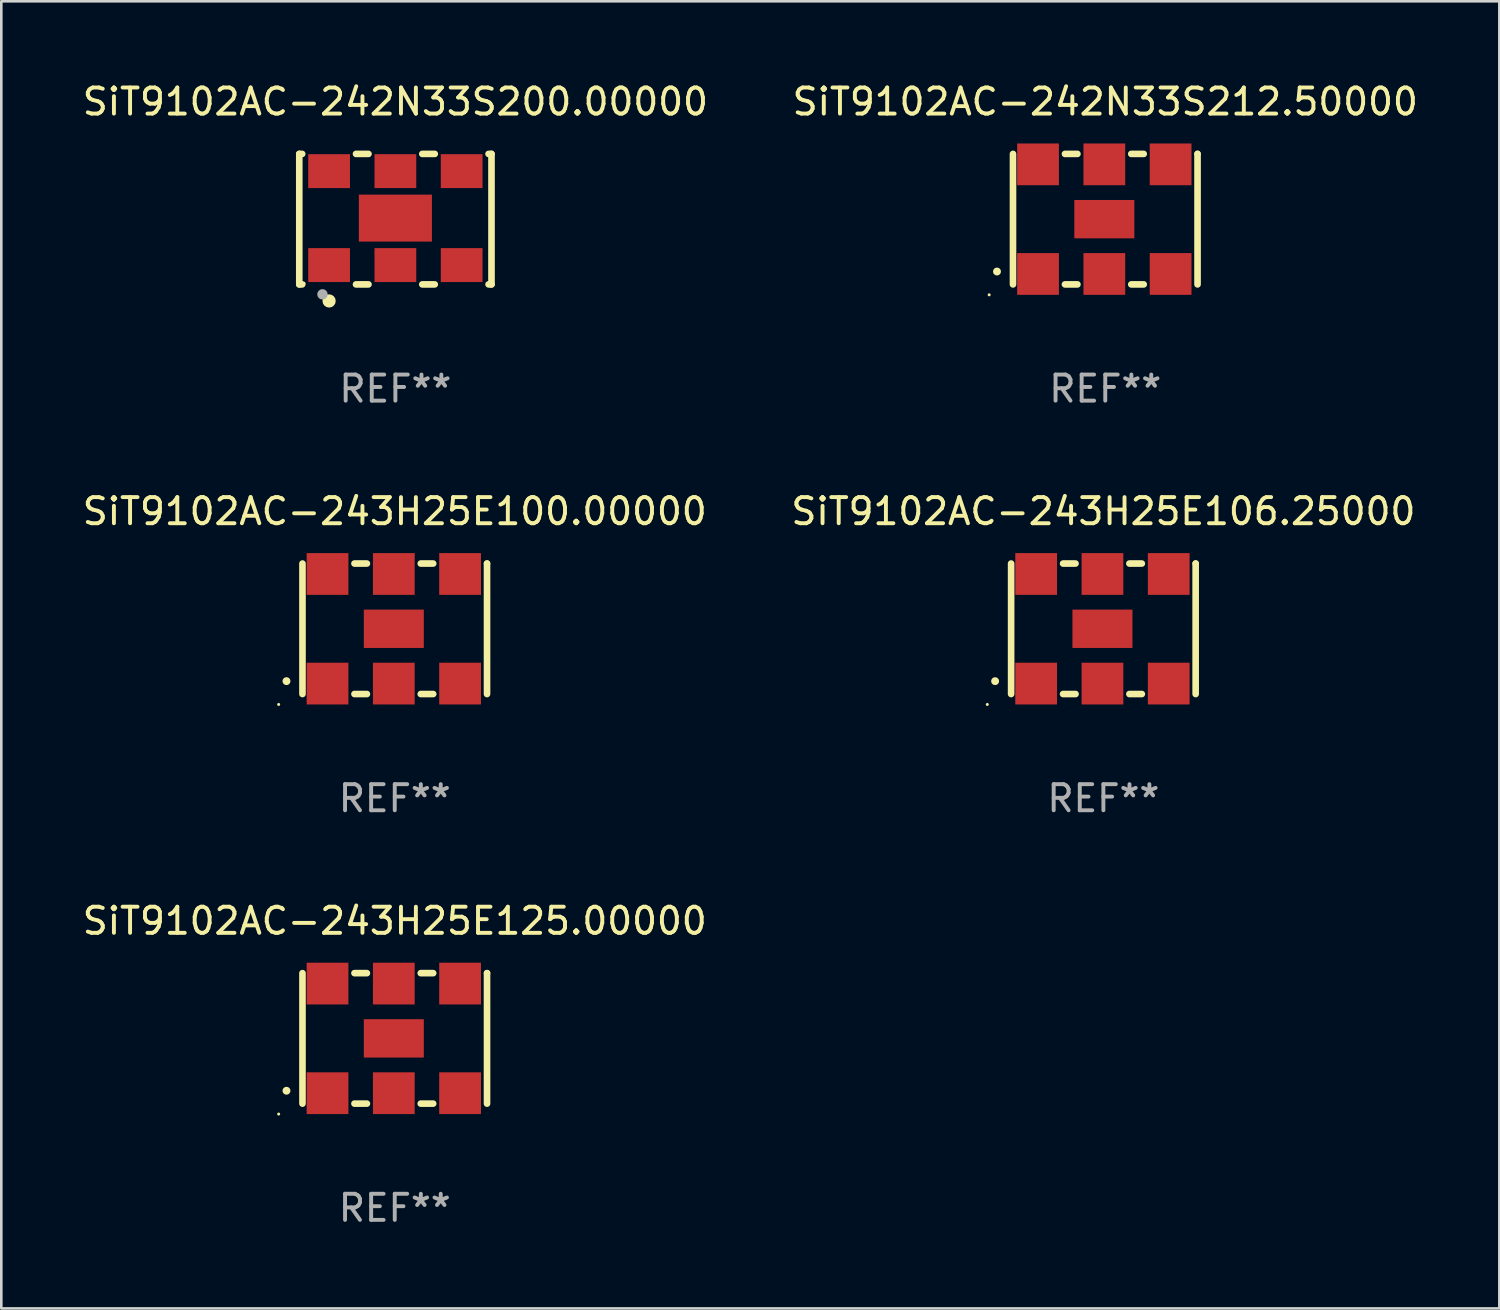
<source format=kicad_pcb>
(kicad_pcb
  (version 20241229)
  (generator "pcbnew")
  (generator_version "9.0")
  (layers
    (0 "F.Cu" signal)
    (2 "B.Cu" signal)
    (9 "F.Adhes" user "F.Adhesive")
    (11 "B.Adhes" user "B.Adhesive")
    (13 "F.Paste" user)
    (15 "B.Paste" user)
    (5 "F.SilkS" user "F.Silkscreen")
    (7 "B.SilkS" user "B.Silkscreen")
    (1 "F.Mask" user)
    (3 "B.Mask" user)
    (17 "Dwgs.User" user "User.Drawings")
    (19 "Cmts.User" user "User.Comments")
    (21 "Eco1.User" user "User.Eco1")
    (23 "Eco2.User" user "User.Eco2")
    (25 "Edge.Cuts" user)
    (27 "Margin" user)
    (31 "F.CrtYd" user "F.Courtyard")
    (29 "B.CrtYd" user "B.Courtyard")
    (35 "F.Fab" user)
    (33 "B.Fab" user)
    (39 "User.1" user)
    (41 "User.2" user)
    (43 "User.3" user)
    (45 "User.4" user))
  (footprint "SiT9102AC-243H25E106.25000"
    (layer "F.Cu")
    (at 39.232 21.045)
    (property "Reference" "SiT9102AC-243H25E106.25000" (at 0 -4.5 0) (layer "F.SilkS") (effects (font (size 1 1) (thickness 0.15))))
    (attr through_hole)
    (fp_line (start -3.536 -2.5) (end -3.536 2.5) (stroke (width 0.254) (type solid)) (layer "F.SilkS"))
    (fp_line (start -1.544 2.5) (end -1.067 2.5) (stroke (width 0.254) (type solid)) (layer "F.SilkS"))
    (fp_line (start -1.067 -2.5) (end -1.544 -2.5) (stroke (width 0.254) (type solid)) (layer "F.SilkS"))
    (fp_line (start 0.996 2.5) (end 1.473 2.5) (stroke (width 0.254) (type solid)) (layer "F.SilkS"))
    (fp_line (start 1.473 -2.5) (end 0.996 -2.5) (stroke (width 0.254) (type solid)) (layer "F.SilkS"))
    (fp_line (start 3.536 -2.5) (end 3.536 -2.5) (stroke (width 0.254) (type solid)) (layer "F.SilkS"))
    (fp_line (start 3.536 2.5) (end 3.536 -2.5) (stroke (width 0.254) (type solid)) (layer "F.SilkS"))
    (fp_arc (start -4.150432 2.006604) (mid -4.149162 2.006599) (end -4.147892 2.006604) (stroke (width 0.3) (type solid)) (layer "F.SilkS"))
    (fp_circle (center -4.449 2.9) (end -4.419 2.9) (stroke (width 0.06) (type solid)) (fill no) (layer "F.SilkS"))
    (fp_text user "REF**" (at 0 6.5 0) (layer "F.Fab") (effects (font (size 1 1) (thickness 0.15))))
    (pad "1" smd rect (at -2.576 2.1) (size 1.6 1.6) (layers "F.Cu" "F.Mask" "F.Paste"))
    (pad "2" smd rect (at -0.036 2.1) (size 1.6 1.6) (layers "F.Cu" "F.Mask" "F.Paste"))
    (pad "3" smd rect (at 2.504 2.1) (size 1.6 1.6) (layers "F.Cu" "F.Mask" "F.Paste"))
    (pad "4" smd rect (at 2.504 -2.1) (size 1.6 1.6) (layers "F.Cu" "F.Mask" "F.Paste"))
    (pad "5" smd rect (at -0.036 -2.1) (size 1.6 1.6) (layers "F.Cu" "F.Mask" "F.Paste"))
    (pad "6" smd rect (at -2.576 -2.1) (size 1.6 1.6) (layers "F.Cu" "F.Mask" "F.Paste"))
    (pad "7" smd rect (at -0.036 0) (size 2.3 1.47) (layers "F.Cu" "F.Mask" "F.Paste")))
  (footprint "SiT9102AC-243H25E100.00000"
    (layer "F.Cu")
    (at 12.077 21.045)
    (property "Reference" "SiT9102AC-243H25E100.00000" (at 0 -4.5 0) (layer "F.SilkS") (effects (font (size 1 1) (thickness 0.15))))
    (attr through_hole)
    (fp_line (start -3.536 -2.5) (end -3.536 2.5) (stroke (width 0.254) (type solid)) (layer "F.SilkS"))
    (fp_line (start -1.544 2.5) (end -1.067 2.5) (stroke (width 0.254) (type solid)) (layer "F.SilkS"))
    (fp_line (start -1.067 -2.5) (end -1.544 -2.5) (stroke (width 0.254) (type solid)) (layer "F.SilkS"))
    (fp_line (start 0.996 2.5) (end 1.473 2.5) (stroke (width 0.254) (type solid)) (layer "F.SilkS"))
    (fp_line (start 1.473 -2.5) (end 0.996 -2.5) (stroke (width 0.254) (type solid)) (layer "F.SilkS"))
    (fp_line (start 3.536 -2.5) (end 3.536 -2.5) (stroke (width 0.254) (type solid)) (layer "F.SilkS"))
    (fp_line (start 3.536 2.5) (end 3.536 -2.5) (stroke (width 0.254) (type solid)) (layer "F.SilkS"))
    (fp_arc (start -4.150432 2.006604) (mid -4.149162 2.006599) (end -4.147892 2.006604) (stroke (width 0.3) (type solid)) (layer "F.SilkS"))
    (fp_circle (center -4.449 2.9) (end -4.419 2.9) (stroke (width 0.06) (type solid)) (fill no) (layer "F.SilkS"))
    (fp_text user "REF**" (at 0 6.5 0) (layer "F.Fab") (effects (font (size 1 1) (thickness 0.15))))
    (pad "1" smd rect (at -2.576 2.1) (size 1.6 1.6) (layers "F.Cu" "F.Mask" "F.Paste"))
    (pad "2" smd rect (at -0.036 2.1) (size 1.6 1.6) (layers "F.Cu" "F.Mask" "F.Paste"))
    (pad "3" smd rect (at 2.504 2.1) (size 1.6 1.6) (layers "F.Cu" "F.Mask" "F.Paste"))
    (pad "4" smd rect (at 2.504 -2.1) (size 1.6 1.6) (layers "F.Cu" "F.Mask" "F.Paste"))
    (pad "5" smd rect (at -0.036 -2.1) (size 1.6 1.6) (layers "F.Cu" "F.Mask" "F.Paste"))
    (pad "6" smd rect (at -2.576 -2.1) (size 1.6 1.6) (layers "F.Cu" "F.Mask" "F.Paste"))
    (pad "7" smd rect (at -0.036 0) (size 2.3 1.47) (layers "F.Cu" "F.Mask" "F.Paste")))
  (footprint "SiT9102AC-243H25E125.00000"
    (layer "F.Cu")
    (at 12.077 36.741)
    (property "Reference" "SiT9102AC-243H25E125.00000" (at 0 -4.5 0) (layer "F.SilkS") (effects (font (size 1 1) (thickness 0.15))))
    (attr through_hole)
    (fp_line (start -3.536 -2.5) (end -3.536 2.5) (stroke (width 0.254) (type solid)) (layer "F.SilkS"))
    (fp_line (start -1.544 2.5) (end -1.067 2.5) (stroke (width 0.254) (type solid)) (layer "F.SilkS"))
    (fp_line (start -1.067 -2.5) (end -1.544 -2.5) (stroke (width 0.254) (type solid)) (layer "F.SilkS"))
    (fp_line (start 0.996 2.5) (end 1.473 2.5) (stroke (width 0.254) (type solid)) (layer "F.SilkS"))
    (fp_line (start 1.473 -2.5) (end 0.996 -2.5) (stroke (width 0.254) (type solid)) (layer "F.SilkS"))
    (fp_line (start 3.536 -2.5) (end 3.536 -2.5) (stroke (width 0.254) (type solid)) (layer "F.SilkS"))
    (fp_line (start 3.536 2.5) (end 3.536 -2.5) (stroke (width 0.254) (type solid)) (layer "F.SilkS"))
    (fp_arc (start -4.150432 2.006604) (mid -4.149162 2.006599) (end -4.147892 2.006604) (stroke (width 0.3) (type solid)) (layer "F.SilkS"))
    (fp_circle (center -4.449 2.9) (end -4.419 2.9) (stroke (width 0.06) (type solid)) (fill no) (layer "F.SilkS"))
    (fp_text user "REF**" (at 0 6.5 0) (layer "F.Fab") (effects (font (size 1 1) (thickness 0.15))))
    (pad "1" smd rect (at -2.576 2.1) (size 1.6 1.6) (layers "F.Cu" "F.Mask" "F.Paste"))
    (pad "2" smd rect (at -0.036 2.1) (size 1.6 1.6) (layers "F.Cu" "F.Mask" "F.Paste"))
    (pad "3" smd rect (at 2.504 2.1) (size 1.6 1.6) (layers "F.Cu" "F.Mask" "F.Paste"))
    (pad "4" smd rect (at 2.504 -2.1) (size 1.6 1.6) (layers "F.Cu" "F.Mask" "F.Paste"))
    (pad "5" smd rect (at -0.036 -2.1) (size 1.6 1.6) (layers "F.Cu" "F.Mask" "F.Paste"))
    (pad "6" smd rect (at -2.576 -2.1) (size 1.6 1.6) (layers "F.Cu" "F.Mask" "F.Paste"))
    (pad "7" smd rect (at -0.036 0) (size 2.3 1.47) (layers "F.Cu" "F.Mask" "F.Paste")))
  (footprint "SiT9102AC-242N33S200.00000"
    (layer "F.Cu")
    (at 12.101 5.348)
    (property "Reference" "SiT9102AC-242N33S200.00000" (at 0 -4.5 0) (layer "F.SilkS") (effects (font (size 1 1) (thickness 0.15))))
    (attr through_hole)
    (fp_line (start -3.683 -2.5) (end -3.571 -2.5) (stroke (width 0.254) (type solid)) (layer "F.SilkS"))
    (fp_line (start -3.683 2.5) (end -3.683 -2.5) (stroke (width 0.254) (type solid)) (layer "F.SilkS"))
    (fp_line (start -3.683 2.5) (end -3.571 2.5) (stroke (width 0.254) (type solid)) (layer "F.SilkS"))
    (fp_line (start -1.509 -2.5) (end -1.031 -2.5) (stroke (width 0.254) (type solid)) (layer "F.SilkS"))
    (fp_line (start -1.509 2.5) (end -1.031 2.5) (stroke (width 0.254) (type solid)) (layer "F.SilkS"))
    (fp_line (start 1.031 -2.5) (end 1.509 -2.5) (stroke (width 0.254) (type solid)) (layer "F.SilkS"))
    (fp_line (start 1.031 2.5) (end 1.509 2.5) (stroke (width 0.254) (type solid)) (layer "F.SilkS"))
    (fp_line (start 3.571 -2.5) (end 3.683 -2.5) (stroke (width 0.254) (type solid)) (layer "F.SilkS"))
    (fp_line (start 3.571 2.5) (end 3.683 2.5) (stroke (width 0.254) (type solid)) (layer "F.SilkS"))
    (fp_line (start 3.683 2.5) (end 3.683 -2.5) (stroke (width 0.254) (type solid)) (layer "F.SilkS"))
    (fp_circle (center -3.5 2.46) (end -3.47 2.46) (stroke (width 0.06) (type solid)) (fill no) (layer "F.SilkS"))
    (fp_circle (center -2.54 3.135) (end -2.413 3.135) (stroke (width 0.254) (type solid)) (fill no) (layer "F.SilkS"))
    (fp_circle (center -2.794 2.881) (end -2.694 2.881) (stroke (width 0.2) (type solid)) (fill no) (layer "F.Fab"))
    (fp_text user "REF**" (at 0 6.5 0) (layer "F.Fab") (effects (font (size 1 1) (thickness 0.15))))
    (pad "1" smd rect (at -2.54 1.76) (size 1.6 1.3) (layers "F.Cu" "F.Mask" "F.Paste"))
    (pad "2" smd rect (at 0 1.76) (size 1.6 1.3) (layers "F.Cu" "F.Mask" "F.Paste"))
    (pad "3" smd rect (at 2.54 1.76) (size 1.6 1.3) (layers "F.Cu" "F.Mask" "F.Paste"))
    (pad "4" smd rect (at 2.54 -1.84) (size 1.6 1.3) (layers "F.Cu" "F.Mask" "F.Paste"))
    (pad "5" smd rect (at 0 -1.84) (size 1.6 1.3) (layers "F.Cu" "F.Mask" "F.Paste"))
    (pad "6" smd rect (at -2.54 -1.84) (size 1.6 1.3) (layers "F.Cu" "F.Mask" "F.Paste"))
    (pad "7" smd rect (at 0 -0.04) (size 2.8 1.8) (layers "F.Cu" "F.Mask" "F.Paste")))
  (footprint "SiT9102AC-242N33S212.50000"
    (layer "F.Cu")
    (at 39.304 5.348)
    (property "Reference" "SiT9102AC-242N33S212.50000" (at 0 -4.5 0) (layer "F.SilkS") (effects (font (size 1 1) (thickness 0.15))))
    (attr through_hole)
    (fp_line (start -3.536 -2.5) (end -3.536 2.5) (stroke (width 0.254) (type solid)) (layer "F.SilkS"))
    (fp_line (start -1.544 2.5) (end -1.067 2.5) (stroke (width 0.254) (type solid)) (layer "F.SilkS"))
    (fp_line (start -1.067 -2.5) (end -1.544 -2.5) (stroke (width 0.254) (type solid)) (layer "F.SilkS"))
    (fp_line (start 0.996 2.5) (end 1.473 2.5) (stroke (width 0.254) (type solid)) (layer "F.SilkS"))
    (fp_line (start 1.473 -2.5) (end 0.996 -2.5) (stroke (width 0.254) (type solid)) (layer "F.SilkS"))
    (fp_line (start 3.536 -2.5) (end 3.536 -2.5) (stroke (width 0.254) (type solid)) (layer "F.SilkS"))
    (fp_line (start 3.536 2.5) (end 3.536 -2.5) (stroke (width 0.254) (type solid)) (layer "F.SilkS"))
    (fp_arc (start -4.150432 2.006604) (mid -4.149162 2.006599) (end -4.147892 2.006604) (stroke (width 0.3) (type solid)) (layer "F.SilkS"))
    (fp_circle (center -4.449 2.9) (end -4.419 2.9) (stroke (width 0.06) (type solid)) (fill no) (layer "F.SilkS"))
    (fp_text user "REF**" (at 0 6.5 0) (layer "F.Fab") (effects (font (size 1 1) (thickness 0.15))))
    (pad "1" smd rect (at -2.576 2.1) (size 1.6 1.6) (layers "F.Cu" "F.Mask" "F.Paste"))
    (pad "2" smd rect (at -0.036 2.1) (size 1.6 1.6) (layers "F.Cu" "F.Mask" "F.Paste"))
    (pad "3" smd rect (at 2.504 2.1) (size 1.6 1.6) (layers "F.Cu" "F.Mask" "F.Paste"))
    (pad "4" smd rect (at 2.504 -2.1) (size 1.6 1.6) (layers "F.Cu" "F.Mask" "F.Paste"))
    (pad "5" smd rect (at -0.036 -2.1) (size 1.6 1.6) (layers "F.Cu" "F.Mask" "F.Paste"))
    (pad "6" smd rect (at -2.576 -2.1) (size 1.6 1.6) (layers "F.Cu" "F.Mask" "F.Paste"))
    (pad "7" smd rect (at -0.036 0) (size 2.3 1.47) (layers "F.Cu" "F.Mask" "F.Paste")))
  (gr_rect
    (start -3 -3)
    (end 54.405 47.09)
    (stroke (width 0.1) (type default))
    (fill no)
    (layer "Edge.Cuts")))
</source>
